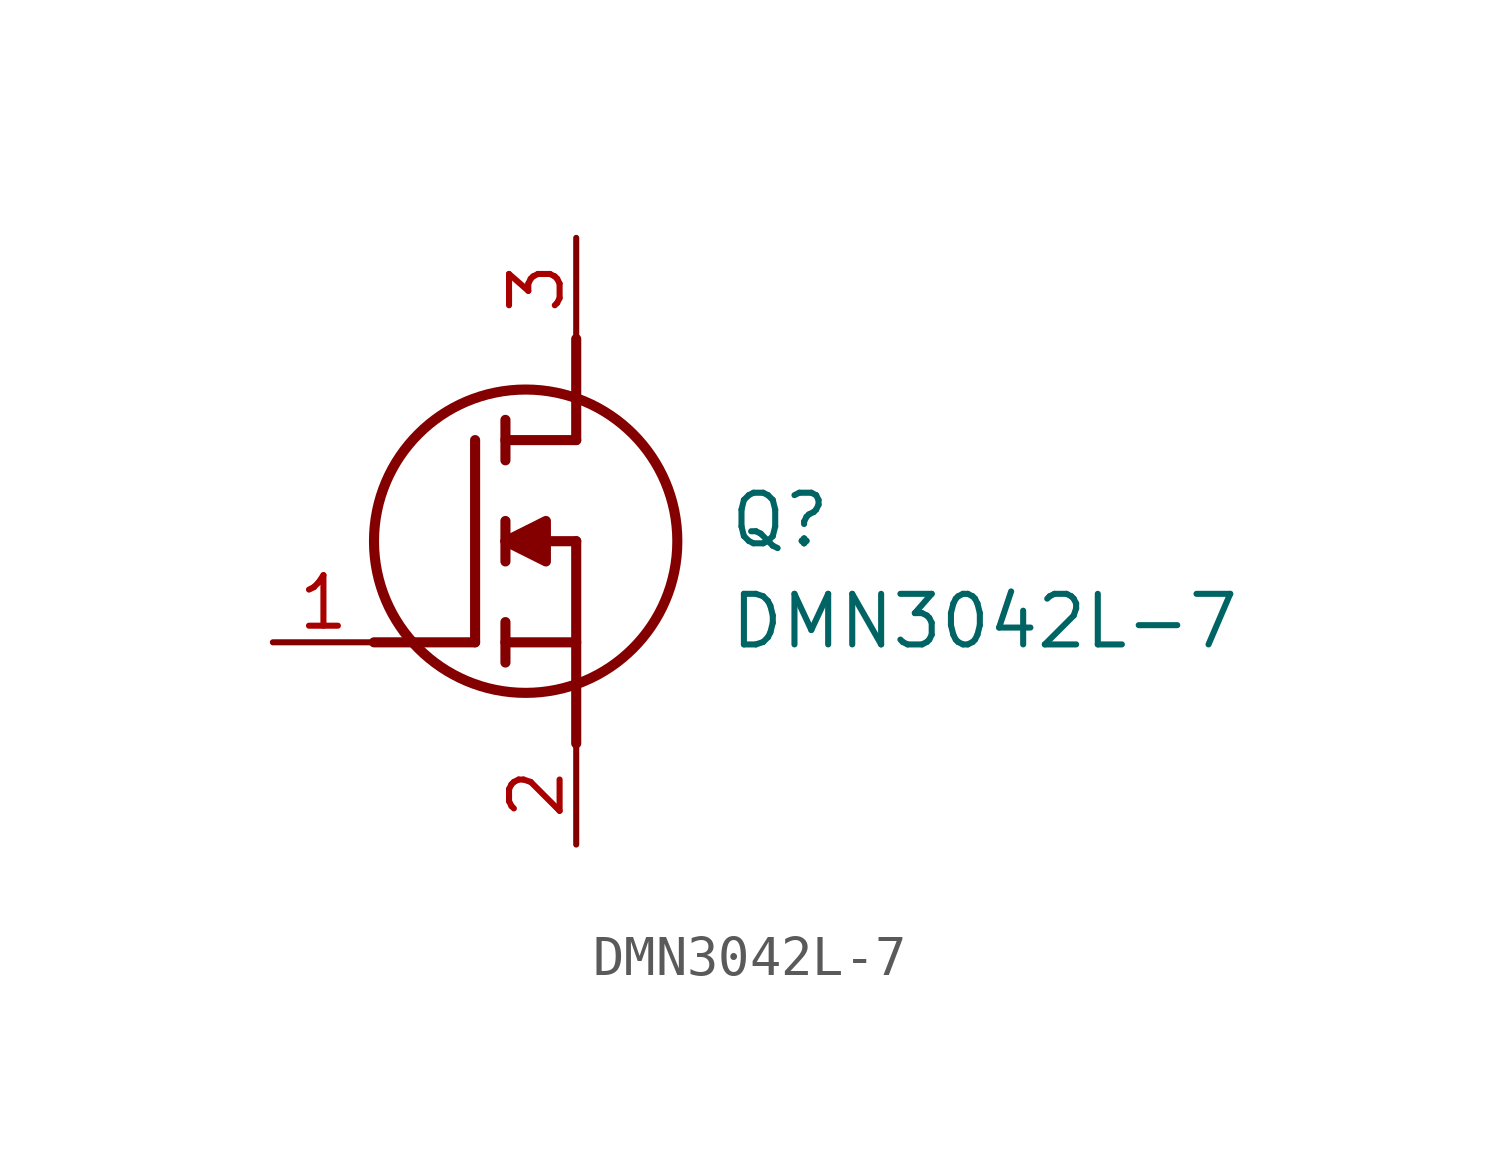
<source format=kicad_sym>
(kicad_symbol_lib
  (version 20211014)
  (generator SamacSys_ECAD_Model)
  (symbol "DMN3042L-7"
    (pin_names hide)
    (property "Reference" "Q"
      (at 11.43 3.81 0)
      (effects (font (size 1.27 1.27)) (justify left top)))
    (property "Value" "DMN3042L-7"
      (at 11.43 1.27 0)
      (effects (font (size 1.27 1.27)) (justify left top)))
    (polyline
      (pts (xy 7.62 2.54) (xy 7.62 -2.54))
      (stroke (width 0.254) (type default))
      (fill (type none)))
    (polyline
      (pts (xy 7.62 5.08) (xy 7.62 7.62))
      (stroke (width 0.254) (type default))
      (fill (type none)))
    (polyline
      (pts (xy 2.54 0) (xy 5.08 0))
      (stroke (width 0.254) (type default))
      (fill (type none)))
    (polyline
      (pts (xy 5.08 5.08) (xy 5.08 0))
      (stroke (width 0.254) (type default))
      (fill (type none)))
    (polyline
      (pts (xy 7.62 2.54) (xy 5.842 2.54))
      (stroke (width 0.254) (type default))
      (fill (type none)))
    (polyline
      (pts (xy 7.62 5.08) (xy 5.842 5.08))
      (stroke (width 0.254) (type default))
      (fill (type none)))
    (polyline
      (pts (xy 5.842 0) (xy 7.62 0))
      (stroke (width 0.254) (type default))
      (fill (type none)))
    (polyline
      (pts (xy 5.842 5.588) (xy 5.842 4.572))
      (stroke (width 0.254) (type default))
      (fill (type none)))
    (polyline
      (pts (xy 5.842 -0.508) (xy 5.842 0.508))
      (stroke (width 0.254) (type default))
      (fill (type none)))
    (polyline
      (pts (xy 5.842 2.032) (xy 5.842 3.048))
      (stroke (width 0.254) (type default))
      (fill (type none)))
    (circle
      (center 6.35 2.54)
      (radius 3.81)
      (stroke (width 0.254) (type default))
      (fill (type none)))
    (polyline
      (pts (xy 5.842 2.54) (xy 6.858 3.048) (xy 6.858 2.032) (xy 5.842 2.54))
      (stroke (width 0.254) (type default))
      (fill (type outline)))
    (pin passive line
      (at 0 0 0)
      (length 2.54)
      (name "G" (effects (font (size 1.27 1.27))))
      (number "1" (effects (font (size 1.27 1.27)))))
    (pin passive line
      (at 7.62 10.16 270)
      (length 2.54)
      (name "D" (effects (font (size 1.27 1.27))))
      (number "3" (effects (font (size 1.27 1.27)))))
    (pin passive line
      (at 7.62 -5.08 90)
      (length 2.54)
      (name "S" (effects (font (size 1.27 1.27))))
      (number "2" (effects (font (size 1.27 1.27)))))))
</source>
